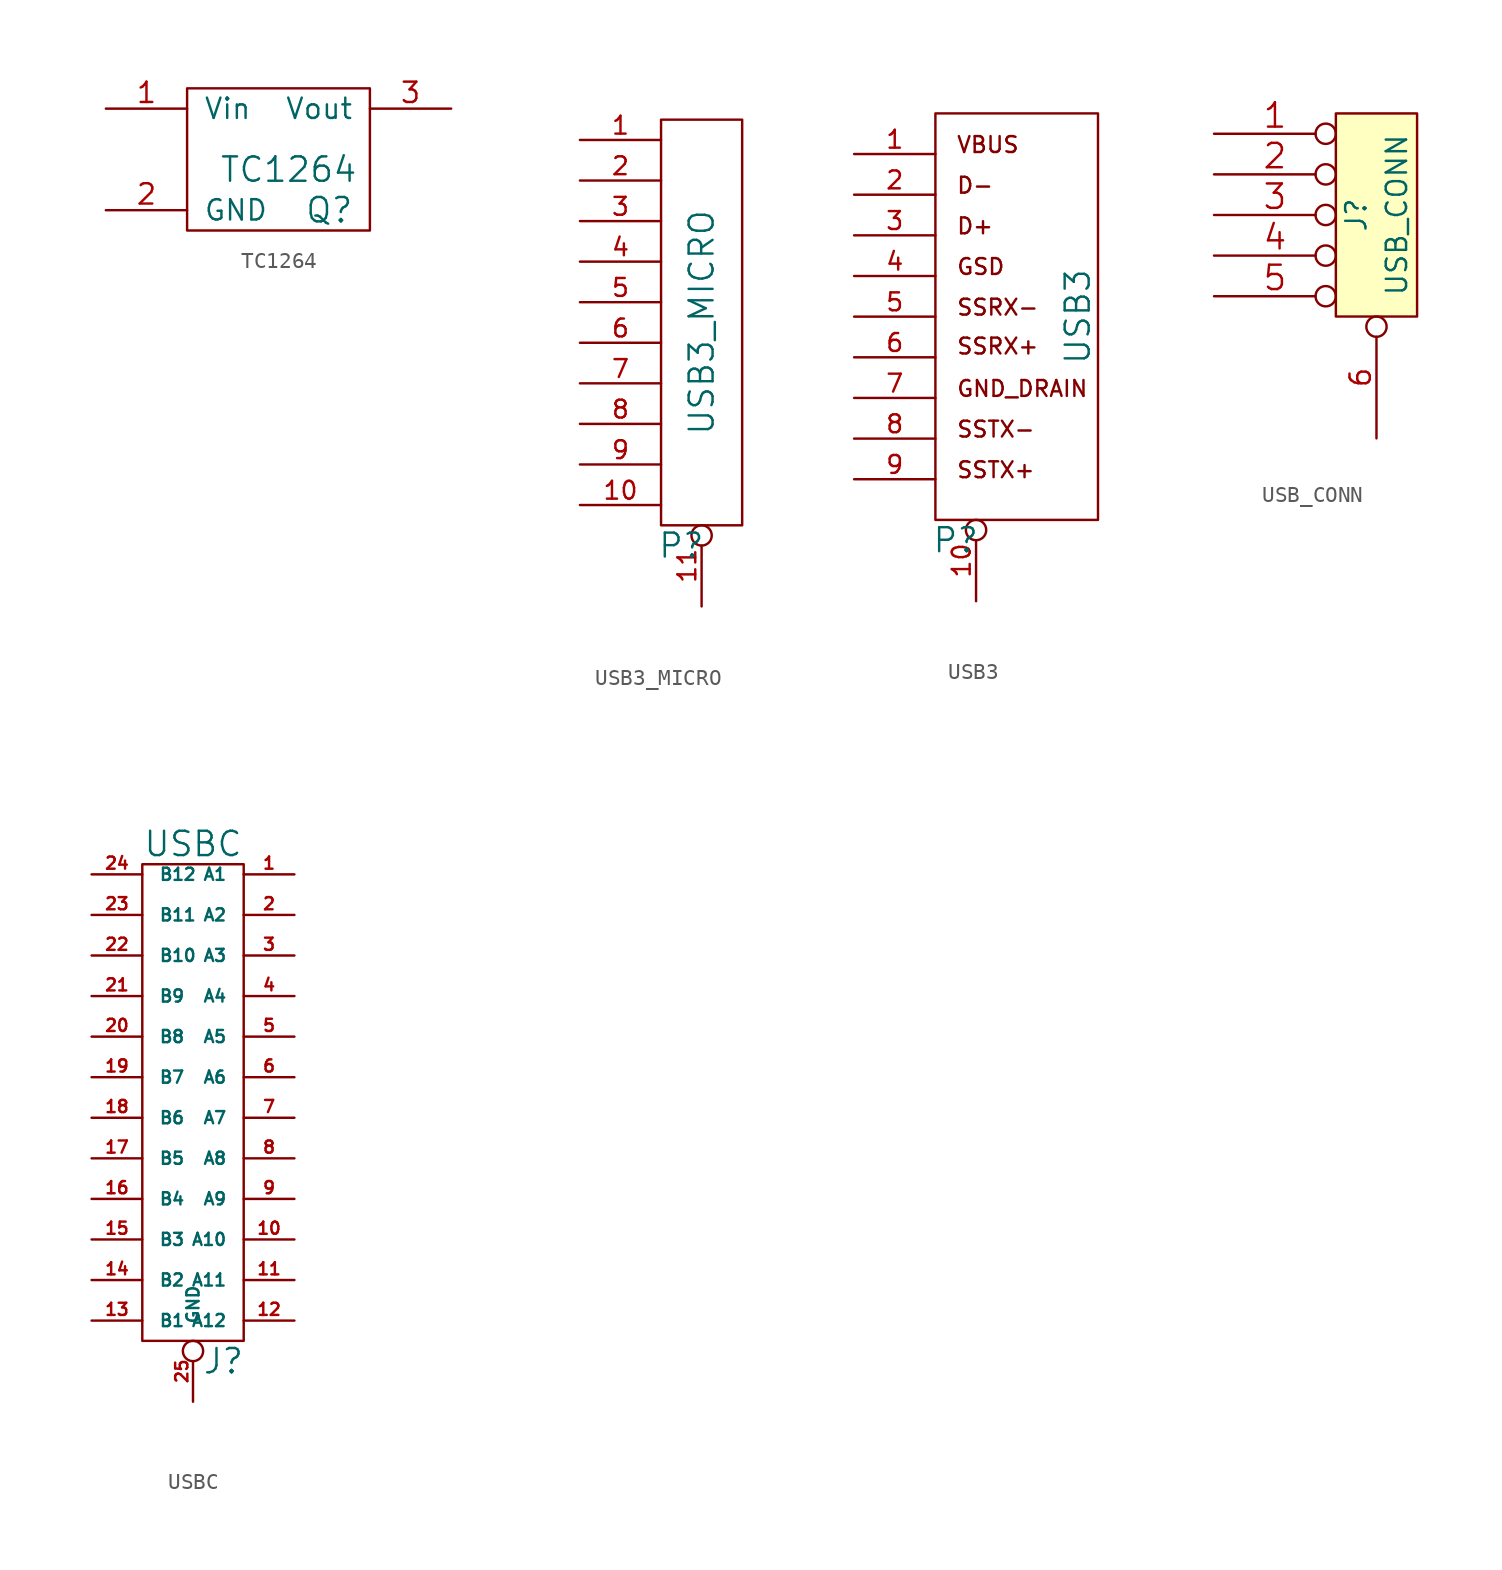
<source format=kicad_sym>
(kicad_symbol_lib
  (version 20201005)
  (generator kicad_symbol_editor)
  (symbol "TC1264"
    (pin_names
      (offset 1.016))
    (property "Reference" "Q"
      (at 2.54 -2.54 0)
      (effects (font (size 1.524 1.524))))
    (property "Value" "TC1264"
      (at 0 0 0)
      (effects (font (size 1.524 1.524))))
    (property "Footprint" ""
      (at 0 0 0)
      (effects (font (size 1.524 1.524))))
    (property "Datasheet" ""
      (at 0 0 0)
      (effects (font (size 1.524 1.524))))
    (symbol "TC1264_0_1"
      (rectangle (start -6.35 5.08) (end 5.08 -3.81) (stroke (width 0)) (fill (type none))))
    (symbol "TC1264_1_1"
      (pin passive line (at -11.43 3.81 0) (length 5.08) (name "Vin" (effects (font (size 1.27 1.27)))) (number "1" (effects (font (size 1.27 1.27)))))
      (pin passive line (at -11.43 -2.54 0) (length 5.08) (name "GND" (effects (font (size 1.27 1.27)))) (number "2" (effects (font (size 1.27 1.27)))))
      (pin passive line (at 10.16 3.81 180) (length 5.08) (name "Vout" (effects (font (size 1.27 1.27)))) (number "3" (effects (font (size 1.27 1.27)))))))
  (symbol "USB3_MICRO"
    (pin_names
      (offset 1.016))
    (property "Reference" "P"
      (at -1.27 -13.97 0)
      (effects (font (size 1.499 1.499))))
    (property "Value" "USB3_MICRO"
      (at 0 0 90)
      (effects (font (size 1.499 1.499))))
    (property "Footprint" ""
      (at 0 0 0)
      (effects (font (size 1.524 1.524))))
    (property "Datasheet" ""
      (at 0 0 0)
      (effects (font (size 1.524 1.524))))
    (symbol "USB3_MICRO_0_1"
      (rectangle (start -2.54 -12.7) (end 2.54 12.7) (stroke (width 0)) (fill (type none))))
    (symbol "USB3_MICRO_1_1"
      (pin passive line (at -7.62 11.43 0) (length 5.08) (name "~" (effects (font (size 1.118 1.118)))) (number "1" (effects (font (size 1.118 1.118)))))
      (pin passive line (at -7.62 -11.43 0) (length 5.08) (name "~" (effects (font (size 1.118 1.118)))) (number "10" (effects (font (size 1.118 1.118)))))
      (pin passive inverted (at 0 -17.78 90) (length 5.08) (name "~" (effects (font (size 1.118 1.118)))) (number "11" (effects (font (size 1.118 1.118)))))
      (pin passive line (at -7.62 8.89 0) (length 5.08) (name "~" (effects (font (size 1.118 1.118)))) (number "2" (effects (font (size 1.118 1.118)))))
      (pin passive line (at -7.62 6.35 0) (length 5.08) (name "~" (effects (font (size 1.118 1.118)))) (number "3" (effects (font (size 1.118 1.118)))))
      (pin passive line (at -7.62 3.81 0) (length 5.08) (name "~" (effects (font (size 1.118 1.118)))) (number "4" (effects (font (size 1.118 1.118)))))
      (pin passive line (at -7.62 1.27 0) (length 5.08) (name "~" (effects (font (size 1.118 1.118)))) (number "5" (effects (font (size 1.118 1.118)))))
      (pin passive line (at -7.62 -1.27 0) (length 5.08) (name "~" (effects (font (size 1.118 1.118)))) (number "6" (effects (font (size 1.118 1.118)))))
      (pin passive line (at -7.62 -3.81 0) (length 5.08) (name "~" (effects (font (size 1.118 1.118)))) (number "7" (effects (font (size 1.118 1.118)))))
      (pin passive line (at -7.62 -6.35 0) (length 5.08) (name "~" (effects (font (size 1.118 1.118)))) (number "8" (effects (font (size 1.118 1.118)))))
      (pin passive line (at -7.62 -8.89 0) (length 5.08) (name "~" (effects (font (size 1.118 1.118)))) (number "9" (effects (font (size 1.118 1.118)))))))
  (symbol "USB3"
    (pin_names
      (offset 1.016))
    (property "Reference" "P"
      (at -1.27 -13.97 0)
      (effects (font (size 1.499 1.499))))
    (property "Value" "USB3"
      (at 6.35 0 90)
      (effects (font (size 1.499 1.499))))
    (property "Footprint" ""
      (at 0 0 0)
      (effects (font (size 1.524 1.524))))
    (property "Datasheet" ""
      (at 0 0 0)
      (effects (font (size 1.524 1.524))))
    (symbol "USB3_0_0"
      (text "D+" (at -1.27 5.08 0) (effects (font (size 0.991 0.991)) (justify left bottom)))
      (text "D-" (at -1.27 7.62 0) (effects (font (size 0.991 0.991)) (justify left bottom)))
      (text "GND_DRAIN" (at -1.27 -5.08 0) (effects (font (size 0.991 0.991)) (justify left bottom)))
      (text "GSD" (at -1.27 2.54 0) (effects (font (size 0.991 0.991)) (justify left bottom)))
      (text "SSRX+" (at -1.27 -1.27 0) (effects (font (size 0.991 0.991)) (justify left top)))
      (text "SSRX-" (at -1.27 0 0) (effects (font (size 0.991 0.991)) (justify left bottom)))
      (text "SSTX+" (at -1.27 -10.16 0) (effects (font (size 0.991 0.991)) (justify left bottom)))
      (text "SSTX-" (at -1.27 -7.62 0) (effects (font (size 0.991 0.991)) (justify left bottom)))
      (text "VBUS" (at -1.27 10.16 0) (effects (font (size 0.991 0.991)) (justify left bottom))))
    (symbol "USB3_0_1"
      (rectangle (start -2.54 -12.7) (end 7.62 12.7) (stroke (width 0)) (fill (type none))))
    (symbol "USB3_1_1"
      (pin passive line (at -7.62 10.16 0) (length 5.08) (name "~" (effects (font (size 1.118 1.118)))) (number "1" (effects (font (size 1.118 1.118)))))
      (pin passive inverted (at 0 -17.78 90) (length 5.08) (name "~" (effects (font (size 1.118 1.118)))) (number "10" (effects (font (size 1.118 1.118)))))
      (pin passive line (at -7.62 7.62 0) (length 5.08) (name "~" (effects (font (size 1.118 1.118)))) (number "2" (effects (font (size 1.118 1.118)))))
      (pin passive line (at -7.62 5.08 0) (length 5.08) (name "~" (effects (font (size 1.118 1.118)))) (number "3" (effects (font (size 1.118 1.118)))))
      (pin passive line (at -7.62 2.54 0) (length 5.08) (name "~" (effects (font (size 1.118 1.118)))) (number "4" (effects (font (size 1.118 1.118)))))
      (pin passive line (at -7.62 0 0) (length 5.08) (name "~" (effects (font (size 1.118 1.118)))) (number "5" (effects (font (size 1.118 1.118)))))
      (pin passive line (at -7.62 -2.54 0) (length 5.08) (name "~" (effects (font (size 1.118 1.118)))) (number "6" (effects (font (size 1.118 1.118)))))
      (pin passive line (at -7.62 -5.08 0) (length 5.08) (name "~" (effects (font (size 1.118 1.118)))) (number "7" (effects (font (size 1.118 1.118)))))
      (pin passive line (at -7.62 -7.62 0) (length 5.08) (name "~" (effects (font (size 1.118 1.118)))) (number "8" (effects (font (size 1.118 1.118)))))
      (pin passive line (at -7.62 -10.16 0) (length 5.08) (name "~" (effects (font (size 1.118 1.118)))) (number "9" (effects (font (size 1.118 1.118)))))))
  (symbol "USB_CONN"
    (pin_names
      (offset 1.016))
    (property "Reference" "J"
      (at -1.27 0 90)
      (effects (font (size 1.27 1.27))))
    (property "Value" "USB_CONN"
      (at 1.27 0 90)
      (effects (font (size 1.27 1.27))))
    (property "Footprint" ""
      (at 0 0 0)
      (effects (font (size 1.524 1.524))))
    (property "Datasheet" ""
      (at 0 0 0)
      (effects (font (size 1.524 1.524))))
    (symbol "USB_CONN_0_1"
      (rectangle (start -2.54 6.35) (end 2.54 -6.35) (stroke (width 0)) (fill (type background))))
    (symbol "USB_CONN_1_1"
      (pin passive inverted (at -10.16 5.08 0) (length 7.62) (name "~" (effects (font (size 1.524 1.524)))) (number "1" (effects (font (size 1.524 1.524)))))
      (pin passive inverted (at -10.16 2.54 0) (length 7.62) (name "~" (effects (font (size 1.524 1.524)))) (number "2" (effects (font (size 1.524 1.524)))))
      (pin passive inverted (at -10.16 0 0) (length 7.62) (name "~" (effects (font (size 1.524 1.524)))) (number "3" (effects (font (size 1.524 1.524)))))
      (pin passive inverted (at -10.16 -2.54 0) (length 7.62) (name "~" (effects (font (size 1.524 1.524)))) (number "4" (effects (font (size 1.524 1.524)))))
      (pin passive inverted (at -10.16 -5.08 0) (length 7.62) (name "~" (effects (font (size 1.524 1.524)))) (number "5" (effects (font (size 1.524 1.524)))))
      (pin bidirectional inverted (at 0 -13.97 90) (length 7.62) (name "~" (effects (font (size 1.27 1.27)))) (number "6" (effects (font (size 1.27 1.27)))))))
  (symbol "USBC"
    (pin_names
      (offset 1.016))
    (property "Reference" "J"
      (at 1.905 -16.51 0)
      (effects (font (size 1.524 1.524))))
    (property "Value" "USBC"
      (at 0 15.875 0)
      (effects (font (size 1.524 1.524))))
    (property "Footprint" ""
      (at 3.81 9.525 0)
      (effects (font (size 1.524 1.524))))
    (property "Datasheet" ""
      (at 3.81 9.525 0)
      (effects (font (size 1.524 1.524))))
    (symbol "USBC_0_1"
      (rectangle (start -3.175 14.605) (end 3.175 -15.24) (stroke (width 0)) (fill (type none))))
    (symbol "USBC_1_1"
      (pin input line (at 6.35 13.97 180) (length 3.175) (name "A1" (effects (font (size 0.762 0.762)))) (number "1" (effects (font (size 0.762 0.762)))))
      (pin input line (at 6.35 -8.89 180) (length 3.175) (name "A10" (effects (font (size 0.762 0.762)))) (number "10" (effects (font (size 0.762 0.762)))))
      (pin input line (at 6.35 -11.43 180) (length 3.175) (name "A11" (effects (font (size 0.762 0.762)))) (number "11" (effects (font (size 0.762 0.762)))))
      (pin input line (at 6.35 -13.97 180) (length 3.175) (name "A12" (effects (font (size 0.762 0.762)))) (number "12" (effects (font (size 0.762 0.762)))))
      (pin input line (at -6.35 -13.97 0) (length 3.175) (name "B1" (effects (font (size 0.762 0.762)))) (number "13" (effects (font (size 0.762 0.762)))))
      (pin input line (at -6.35 -11.43 0) (length 3.175) (name "B2" (effects (font (size 0.762 0.762)))) (number "14" (effects (font (size 0.762 0.762)))))
      (pin input line (at -6.35 -8.89 0) (length 3.175) (name "B3" (effects (font (size 0.762 0.762)))) (number "15" (effects (font (size 0.762 0.762)))))
      (pin input line (at -6.35 -6.35 0) (length 3.175) (name "B4" (effects (font (size 0.762 0.762)))) (number "16" (effects (font (size 0.762 0.762)))))
      (pin input line (at -6.35 -3.81 0) (length 3.175) (name "B5" (effects (font (size 0.762 0.762)))) (number "17" (effects (font (size 0.762 0.762)))))
      (pin input line (at -6.35 -1.27 0) (length 3.175) (name "B6" (effects (font (size 0.762 0.762)))) (number "18" (effects (font (size 0.762 0.762)))))
      (pin input line (at -6.35 1.27 0) (length 3.175) (name "B7" (effects (font (size 0.762 0.762)))) (number "19" (effects (font (size 0.762 0.762)))))
      (pin input line (at 6.35 11.43 180) (length 3.175) (name "A2" (effects (font (size 0.762 0.762)))) (number "2" (effects (font (size 0.762 0.762)))))
      (pin input line (at -6.35 3.81 0) (length 3.175) (name "B8" (effects (font (size 0.762 0.762)))) (number "20" (effects (font (size 0.762 0.762)))))
      (pin input line (at -6.35 6.35 0) (length 3.175) (name "B9" (effects (font (size 0.762 0.762)))) (number "21" (effects (font (size 0.762 0.762)))))
      (pin input line (at -6.35 8.89 0) (length 3.175) (name "B10" (effects (font (size 0.762 0.762)))) (number "22" (effects (font (size 0.762 0.762)))))
      (pin input line (at -6.35 11.43 0) (length 3.175) (name "B11" (effects (font (size 0.762 0.762)))) (number "23" (effects (font (size 0.762 0.762)))))
      (pin input line (at -6.35 13.97 0) (length 3.175) (name "B12" (effects (font (size 0.762 0.762)))) (number "24" (effects (font (size 0.762 0.762)))))
      (pin passive inverted (at 0 -19.05 90) (length 3.81) (name "GND" (effects (font (size 0.762 0.762)))) (number "25" (effects (font (size 0.762 0.762)))))
      (pin input line (at 6.35 8.89 180) (length 3.175) (name "A3" (effects (font (size 0.762 0.762)))) (number "3" (effects (font (size 0.762 0.762)))))
      (pin input line (at 6.35 6.35 180) (length 3.175) (name "A4" (effects (font (size 0.762 0.762)))) (number "4" (effects (font (size 0.762 0.762)))))
      (pin input line (at 6.35 3.81 180) (length 3.175) (name "A5" (effects (font (size 0.762 0.762)))) (number "5" (effects (font (size 0.762 0.762)))))
      (pin input line (at 6.35 1.27 180) (length 3.175) (name "A6" (effects (font (size 0.762 0.762)))) (number "6" (effects (font (size 0.762 0.762)))))
      (pin input line (at 6.35 -1.27 180) (length 3.175) (name "A7" (effects (font (size 0.762 0.762)))) (number "7" (effects (font (size 0.762 0.762)))))
      (pin input line (at 6.35 -3.81 180) (length 3.175) (name "A8" (effects (font (size 0.762 0.762)))) (number "8" (effects (font (size 0.762 0.762)))))
      (pin input line (at 6.35 -6.35 180) (length 3.175) (name "A9" (effects (font (size 0.762 0.762)))) (number "9" (effects (font (size 0.762 0.762))))))))
</source>
